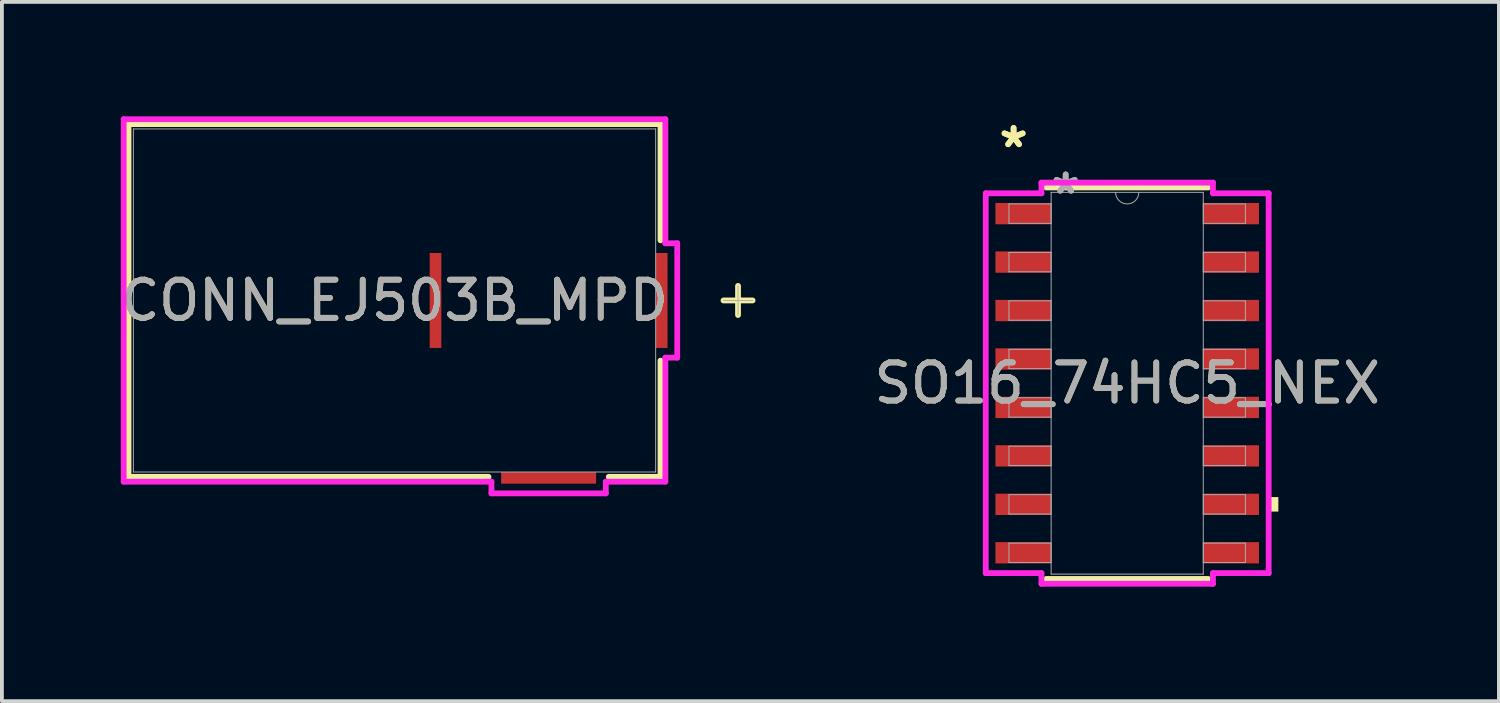
<source format=kicad_pcb>
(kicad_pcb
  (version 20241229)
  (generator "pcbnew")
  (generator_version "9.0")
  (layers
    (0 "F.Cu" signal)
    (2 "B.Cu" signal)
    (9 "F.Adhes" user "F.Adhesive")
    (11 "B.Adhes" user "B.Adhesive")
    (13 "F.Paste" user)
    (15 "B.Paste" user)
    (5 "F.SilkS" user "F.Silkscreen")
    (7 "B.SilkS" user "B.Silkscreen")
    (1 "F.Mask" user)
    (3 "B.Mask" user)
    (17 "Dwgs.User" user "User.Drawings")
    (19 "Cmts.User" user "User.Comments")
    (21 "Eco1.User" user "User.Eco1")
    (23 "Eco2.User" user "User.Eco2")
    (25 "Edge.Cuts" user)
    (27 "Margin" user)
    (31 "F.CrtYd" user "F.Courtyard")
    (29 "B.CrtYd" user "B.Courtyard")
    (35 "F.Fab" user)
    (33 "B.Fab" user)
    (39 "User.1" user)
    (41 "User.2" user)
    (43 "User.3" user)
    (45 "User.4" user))
  (footprint "SO16_74HC5_NEX"
    (layer "F.Cu")
    (at 26.497 6.995)
    (property "Reference" "SO16_74HC5_NEX" (at 0 0 0) (unlocked yes) (layer "F.SilkS") (effects (font (size 1 1) (thickness 0.15))))
    (attr smd)
    (fp_line (start -2.121 5.131) (end 2.121 5.131) (stroke (width 0.152) (type solid)) (layer "F.SilkS"))
    (fp_line (start 2.121 -5.131) (end -2.121 -5.131) (stroke (width 0.152) (type solid)) (layer "F.SilkS"))
    (fp_poly (pts (xy 3.962 2.985) (xy 3.962 3.365) (xy 3.708 3.365) (xy 3.708 2.985)) (stroke (width 0) (type solid)) (fill yes) (layer "F.SilkS"))
    (fp_line (start -3.708 -4.978) (end -2.248 -4.978) (stroke (width 0.152) (type solid)) (layer "F.CrtYd"))
    (fp_line (start -3.708 4.978) (end -3.708 -4.978) (stroke (width 0.152) (type solid)) (layer "F.CrtYd"))
    (fp_line (start -3.708 4.978) (end -2.248 4.978) (stroke (width 0.152) (type solid)) (layer "F.CrtYd"))
    (fp_line (start -2.248 -5.258) (end 2.248 -5.258) (stroke (width 0.152) (type solid)) (layer "F.CrtYd"))
    (fp_line (start -2.248 -4.978) (end -2.248 -5.258) (stroke (width 0.152) (type solid)) (layer "F.CrtYd"))
    (fp_line (start -2.248 5.258) (end -2.248 4.978) (stroke (width 0.152) (type solid)) (layer "F.CrtYd"))
    (fp_line (start 2.248 -5.258) (end 2.248 -4.978) (stroke (width 0.152) (type solid)) (layer "F.CrtYd"))
    (fp_line (start 2.248 4.978) (end 2.248 5.258) (stroke (width 0.152) (type solid)) (layer "F.CrtYd"))
    (fp_line (start 2.248 5.258) (end -2.248 5.258) (stroke (width 0.152) (type solid)) (layer "F.CrtYd"))
    (fp_line (start 3.708 -4.978) (end 2.248 -4.978) (stroke (width 0.152) (type solid)) (layer "F.CrtYd"))
    (fp_line (start 3.708 -4.978) (end 3.708 4.978) (stroke (width 0.152) (type solid)) (layer "F.CrtYd"))
    (fp_line (start 3.708 4.978) (end 2.248 4.978) (stroke (width 0.152) (type solid)) (layer "F.CrtYd"))
    (fp_line (start -3.099 -4.699) (end -3.099 -4.191) (stroke (width 0.025) (type solid)) (layer "F.Fab"))
    (fp_line (start -3.099 -4.191) (end -1.994 -4.191) (stroke (width 0.025) (type solid)) (layer "F.Fab"))
    (fp_line (start -3.099 -3.429) (end -3.099 -2.921) (stroke (width 0.025) (type solid)) (layer "F.Fab"))
    (fp_line (start -3.099 -2.921) (end -1.994 -2.921) (stroke (width 0.025) (type solid)) (layer "F.Fab"))
    (fp_line (start -3.099 -2.159) (end -3.099 -1.651) (stroke (width 0.025) (type solid)) (layer "F.Fab"))
    (fp_line (start -3.099 -1.651) (end -1.994 -1.651) (stroke (width 0.025) (type solid)) (layer "F.Fab"))
    (fp_line (start -3.099 -0.889) (end -3.099 -0.381) (stroke (width 0.025) (type solid)) (layer "F.Fab"))
    (fp_line (start -3.099 -0.381) (end -1.994 -0.381) (stroke (width 0.025) (type solid)) (layer "F.Fab"))
    (fp_line (start -3.099 0.381) (end -3.099 0.889) (stroke (width 0.025) (type solid)) (layer "F.Fab"))
    (fp_line (start -3.099 0.889) (end -1.994 0.889) (stroke (width 0.025) (type solid)) (layer "F.Fab"))
    (fp_line (start -3.099 1.651) (end -3.099 2.159) (stroke (width 0.025) (type solid)) (layer "F.Fab"))
    (fp_line (start -3.099 2.159) (end -1.994 2.159) (stroke (width 0.025) (type solid)) (layer "F.Fab"))
    (fp_line (start -3.099 2.921) (end -3.099 3.429) (stroke (width 0.025) (type solid)) (layer "F.Fab"))
    (fp_line (start -3.099 3.429) (end -1.994 3.429) (stroke (width 0.025) (type solid)) (layer "F.Fab"))
    (fp_line (start -3.099 4.191) (end -3.099 4.699) (stroke (width 0.025) (type solid)) (layer "F.Fab"))
    (fp_line (start -3.099 4.699) (end -1.994 4.699) (stroke (width 0.025) (type solid)) (layer "F.Fab"))
    (fp_line (start -1.994 -5.004) (end -1.994 5.004) (stroke (width 0.025) (type solid)) (layer "F.Fab"))
    (fp_line (start -1.994 -4.699) (end -3.099 -4.699) (stroke (width 0.025) (type solid)) (layer "F.Fab"))
    (fp_line (start -1.994 -4.191) (end -1.994 -4.699) (stroke (width 0.025) (type solid)) (layer "F.Fab"))
    (fp_line (start -1.994 -3.429) (end -3.099 -3.429) (stroke (width 0.025) (type solid)) (layer "F.Fab"))
    (fp_line (start -1.994 -2.921) (end -1.994 -3.429) (stroke (width 0.025) (type solid)) (layer "F.Fab"))
    (fp_line (start -1.994 -2.159) (end -3.099 -2.159) (stroke (width 0.025) (type solid)) (layer "F.Fab"))
    (fp_line (start -1.994 -1.651) (end -1.994 -2.159) (stroke (width 0.025) (type solid)) (layer "F.Fab"))
    (fp_line (start -1.994 -0.889) (end -3.099 -0.889) (stroke (width 0.025) (type solid)) (layer "F.Fab"))
    (fp_line (start -1.994 -0.381) (end -1.994 -0.889) (stroke (width 0.025) (type solid)) (layer "F.Fab"))
    (fp_line (start -1.994 0.381) (end -3.099 0.381) (stroke (width 0.025) (type solid)) (layer "F.Fab"))
    (fp_line (start -1.994 0.889) (end -1.994 0.381) (stroke (width 0.025) (type solid)) (layer "F.Fab"))
    (fp_line (start -1.994 1.651) (end -3.099 1.651) (stroke (width 0.025) (type solid)) (layer "F.Fab"))
    (fp_line (start -1.994 2.159) (end -1.994 1.651) (stroke (width 0.025) (type solid)) (layer "F.Fab"))
    (fp_line (start -1.994 2.921) (end -3.099 2.921) (stroke (width 0.025) (type solid)) (layer "F.Fab"))
    (fp_line (start -1.994 3.429) (end -1.994 2.921) (stroke (width 0.025) (type solid)) (layer "F.Fab"))
    (fp_line (start -1.994 4.191) (end -3.099 4.191) (stroke (width 0.025) (type solid)) (layer "F.Fab"))
    (fp_line (start -1.994 4.699) (end -1.994 4.191) (stroke (width 0.025) (type solid)) (layer "F.Fab"))
    (fp_line (start -1.994 5.004) (end 1.994 5.004) (stroke (width 0.025) (type solid)) (layer "F.Fab"))
    (fp_line (start 1.994 -5.004) (end -1.994 -5.004) (stroke (width 0.025) (type solid)) (layer "F.Fab"))
    (fp_line (start 1.994 -4.699) (end 1.994 -4.191) (stroke (width 0.025) (type solid)) (layer "F.Fab"))
    (fp_line (start 1.994 -4.191) (end 3.099 -4.191) (stroke (width 0.025) (type solid)) (layer "F.Fab"))
    (fp_line (start 1.994 -3.429) (end 1.994 -2.921) (stroke (width 0.025) (type solid)) (layer "F.Fab"))
    (fp_line (start 1.994 -2.921) (end 3.099 -2.921) (stroke (width 0.025) (type solid)) (layer "F.Fab"))
    (fp_line (start 1.994 -2.159) (end 1.994 -1.651) (stroke (width 0.025) (type solid)) (layer "F.Fab"))
    (fp_line (start 1.994 -1.651) (end 3.099 -1.651) (stroke (width 0.025) (type solid)) (layer "F.Fab"))
    (fp_line (start 1.994 -0.889) (end 1.994 -0.381) (stroke (width 0.025) (type solid)) (layer "F.Fab"))
    (fp_line (start 1.994 -0.381) (end 3.099 -0.381) (stroke (width 0.025) (type solid)) (layer "F.Fab"))
    (fp_line (start 1.994 0.381) (end 1.994 0.889) (stroke (width 0.025) (type solid)) (layer "F.Fab"))
    (fp_line (start 1.994 0.889) (end 3.099 0.889) (stroke (width 0.025) (type solid)) (layer "F.Fab"))
    (fp_line (start 1.994 1.651) (end 1.994 2.159) (stroke (width 0.025) (type solid)) (layer "F.Fab"))
    (fp_line (start 1.994 2.159) (end 3.099 2.159) (stroke (width 0.025) (type solid)) (layer "F.Fab"))
    (fp_line (start 1.994 2.921) (end 1.994 3.429) (stroke (width 0.025) (type solid)) (layer "F.Fab"))
    (fp_line (start 1.994 3.429) (end 3.099 3.429) (stroke (width 0.025) (type solid)) (layer "F.Fab"))
    (fp_line (start 1.994 4.191) (end 1.994 4.699) (stroke (width 0.025) (type solid)) (layer "F.Fab"))
    (fp_line (start 1.994 4.699) (end 3.099 4.699) (stroke (width 0.025) (type solid)) (layer "F.Fab"))
    (fp_line (start 1.994 5.004) (end 1.994 -5.004) (stroke (width 0.025) (type solid)) (layer "F.Fab"))
    (fp_line (start 3.099 -4.699) (end 1.994 -4.699) (stroke (width 0.025) (type solid)) (layer "F.Fab"))
    (fp_line (start 3.099 -4.191) (end 3.099 -4.699) (stroke (width 0.025) (type solid)) (layer "F.Fab"))
    (fp_line (start 3.099 -3.429) (end 1.994 -3.429) (stroke (width 0.025) (type solid)) (layer "F.Fab"))
    (fp_line (start 3.099 -2.921) (end 3.099 -3.429) (stroke (width 0.025) (type solid)) (layer "F.Fab"))
    (fp_line (start 3.099 -2.159) (end 1.994 -2.159) (stroke (width 0.025) (type solid)) (layer "F.Fab"))
    (fp_line (start 3.099 -1.651) (end 3.099 -2.159) (stroke (width 0.025) (type solid)) (layer "F.Fab"))
    (fp_line (start 3.099 -0.889) (end 1.994 -0.889) (stroke (width 0.025) (type solid)) (layer "F.Fab"))
    (fp_line (start 3.099 -0.381) (end 3.099 -0.889) (stroke (width 0.025) (type solid)) (layer "F.Fab"))
    (fp_line (start 3.099 0.381) (end 1.994 0.381) (stroke (width 0.025) (type solid)) (layer "F.Fab"))
    (fp_line (start 3.099 0.889) (end 3.099 0.381) (stroke (width 0.025) (type solid)) (layer "F.Fab"))
    (fp_line (start 3.099 1.651) (end 1.994 1.651) (stroke (width 0.025) (type solid)) (layer "F.Fab"))
    (fp_line (start 3.099 2.159) (end 3.099 1.651) (stroke (width 0.025) (type solid)) (layer "F.Fab"))
    (fp_line (start 3.099 2.921) (end 1.994 2.921) (stroke (width 0.025) (type solid)) (layer "F.Fab"))
    (fp_line (start 3.099 3.429) (end 3.099 2.921) (stroke (width 0.025) (type solid)) (layer "F.Fab"))
    (fp_line (start 3.099 4.191) (end 1.994 4.191) (stroke (width 0.025) (type solid)) (layer "F.Fab"))
    (fp_line (start 3.099 4.699) (end 3.099 4.191) (stroke (width 0.025) (type solid)) (layer "F.Fab"))
    (fp_arc (start 0.3048 -5.0038) (mid 0 -4.699) (end -0.3048 -5.0038) (stroke (width 0.0254) (type solid)) (layer "F.Fab"))
    (fp_text user "*" (at -2.978 -6.147 0) (layer "F.SilkS") (effects (font (size 1 1) (thickness 0.15))))
    (fp_text user "*" (at -2.978 -6.147 0) (unlocked yes) (layer "F.SilkS") (effects (font (size 1 1) (thickness 0.15))))
    (fp_text user "*" (at -1.613 -4.928 0) (layer "F.Fab") (effects (font (size 1 1) (thickness 0.15))))
    (fp_text user "*" (at -1.613 -4.928 0) (unlocked yes) (layer "F.Fab") (effects (font (size 1 1) (thickness 0.15))))
    (fp_text user "${REFERENCE}" (at 0 0 0) (unlocked yes) (layer "F.Fab") (effects (font (size 1 1) (thickness 0.15))))
    (pad "1" smd rect (at -2.724 -4.445) (size 1.46 0.559) (layers "F.Cu" "F.Mask" "F.Paste"))
    (pad "2" smd rect (at -2.724 -3.175) (size 1.46 0.559) (layers "F.Cu" "F.Mask" "F.Paste"))
    (pad "3" smd rect (at -2.724 -1.905) (size 1.46 0.559) (layers "F.Cu" "F.Mask" "F.Paste"))
    (pad "4" smd rect (at -2.724 -0.635) (size 1.46 0.559) (layers "F.Cu" "F.Mask" "F.Paste"))
    (pad "5" smd rect (at -2.724 0.635) (size 1.46 0.559) (layers "F.Cu" "F.Mask" "F.Paste"))
    (pad "6" smd rect (at -2.724 1.905) (size 1.46 0.559) (layers "F.Cu" "F.Mask" "F.Paste"))
    (pad "7" smd rect (at -2.724 3.175) (size 1.46 0.559) (layers "F.Cu" "F.Mask" "F.Paste"))
    (pad "8" smd rect (at -2.724 4.445) (size 1.46 0.559) (layers "F.Cu" "F.Mask" "F.Paste"))
    (pad "9" smd rect (at 2.724 4.445) (size 1.46 0.559) (layers "F.Cu" "F.Mask" "F.Paste"))
    (pad "10" smd rect (at 2.724 3.175) (size 1.46 0.559) (layers "F.Cu" "F.Mask" "F.Paste"))
    (pad "11" smd rect (at 2.724 1.905) (size 1.46 0.559) (layers "F.Cu" "F.Mask" "F.Paste"))
    (pad "12" smd rect (at 2.724 0.635) (size 1.46 0.559) (layers "F.Cu" "F.Mask" "F.Paste"))
    (pad "13" smd rect (at 2.724 -0.635) (size 1.46 0.559) (layers "F.Cu" "F.Mask" "F.Paste"))
    (pad "14" smd rect (at 2.724 -1.905) (size 1.46 0.559) (layers "F.Cu" "F.Mask" "F.Paste"))
    (pad "15" smd rect (at 2.724 -3.175) (size 1.46 0.559) (layers "F.Cu" "F.Mask" "F.Paste"))
    (pad "16" smd rect (at 2.724 -4.445) (size 1.46 0.559) (layers "F.Cu" "F.Mask" "F.Paste")))
  (footprint "CONN_EJ503B_MPD"
    (layer "F.Cu")
    (at 14.296 4.826)
    (property "Reference" "CONN_EJ503B_MPD" (at -7.005 0 0) (unlocked yes) (layer "F.SilkS") (effects (font (size 1 1) (thickness 0.15))))
    (attr smd)
    (fp_line (start -13.977 -4.623) (end -13.977 4.623) (stroke (width 0.152) (type solid)) (layer "F.SilkS"))
    (fp_line (start -13.977 4.623) (end -4.542 4.623) (stroke (width 0.152) (type solid)) (layer "F.SilkS"))
    (fp_line (start -1.388 4.623) (end -0.032 4.623) (stroke (width 0.152) (type solid)) (layer "F.SilkS"))
    (fp_line (start -0.032 -4.623) (end -13.977 -4.623) (stroke (width 0.152) (type solid)) (layer "F.SilkS"))
    (fp_line (start -0.032 -1.577) (end -0.032 -4.623) (stroke (width 0.152) (type solid)) (layer "F.SilkS"))
    (fp_line (start -0.032 4.623) (end -0.032 1.577) (stroke (width 0.152) (type solid)) (layer "F.SilkS"))
    (fp_line (start 2 -0.381) (end 2 0.381) (stroke (width 0.152) (type solid)) (layer "F.SilkS"))
    (fp_line (start 2.381 0) (end 1.619 0) (stroke (width 0.152) (type solid)) (layer "F.SilkS"))
    (fp_line (start -14.104 -4.75) (end -14.104 4.75) (stroke (width 0.152) (type solid)) (layer "F.CrtYd"))
    (fp_line (start -14.104 4.75) (end -4.464 4.75) (stroke (width 0.152) (type solid)) (layer "F.CrtYd"))
    (fp_line (start -4.464 4.75) (end -4.464 5.056) (stroke (width 0.152) (type solid)) (layer "F.CrtYd"))
    (fp_line (start -4.464 5.056) (end -1.466 5.056) (stroke (width 0.152) (type solid)) (layer "F.CrtYd"))
    (fp_line (start -1.466 4.75) (end 0.095 4.75) (stroke (width 0.152) (type solid)) (layer "F.CrtYd"))
    (fp_line (start -1.466 5.056) (end -1.466 4.75) (stroke (width 0.152) (type solid)) (layer "F.CrtYd"))
    (fp_line (start 0.095 -4.75) (end -14.104 -4.75) (stroke (width 0.152) (type solid)) (layer "F.CrtYd"))
    (fp_line (start 0.095 -1.499) (end 0.095 -4.75) (stroke (width 0.152) (type solid)) (layer "F.CrtYd"))
    (fp_line (start 0.095 1.499) (end 0.406 1.499) (stroke (width 0.152) (type solid)) (layer "F.CrtYd"))
    (fp_line (start 0.095 4.75) (end 0.095 1.499) (stroke (width 0.152) (type solid)) (layer "F.CrtYd"))
    (fp_line (start 0.406 -1.499) (end 0.095 -1.499) (stroke (width 0.152) (type solid)) (layer "F.CrtYd"))
    (fp_line (start 0.406 1.499) (end 0.406 -1.499) (stroke (width 0.152) (type solid)) (layer "F.CrtYd"))
    (fp_line (start -13.85 -4.496) (end -13.85 4.496) (stroke (width 0.025) (type solid)) (layer "F.Fab"))
    (fp_line (start -13.85 4.496) (end -0.159 4.496) (stroke (width 0.025) (type solid)) (layer "F.Fab"))
    (fp_line (start -0.159 -4.496) (end -13.85 -4.496) (stroke (width 0.025) (type solid)) (layer "F.Fab"))
    (fp_line (start -0.159 4.496) (end -0.159 -4.496) (stroke (width 0.025) (type solid)) (layer "F.Fab"))
    (fp_line (start 2 -0.381) (end 2 0.381) (stroke (width 0.025) (type solid)) (layer "F.Fab"))
    (fp_line (start 2.381 0) (end 1.619 0) (stroke (width 0.025) (type solid)) (layer "F.Fab"))
    (fp_text user "${REFERENCE}" (at -7.005 0 0) (unlocked yes) (layer "F.Fab") (effects (font (size 1 1) (thickness 0.15))))
    (pad "1" smd rect (at 0 0) (size 0.305 2.489) (layers "F.Cu" "F.Mask" "F.Paste"))
    (pad "2" smd rect (at -5.93 0 90) (size 2.489 0.305) (layers "F.Cu" "F.Mask" "F.Paste"))
    (pad "3" smd rect (at -2.965 4.65) (size 2.489 0.305) (layers "F.Cu" "F.Mask" "F.Paste")))
  (gr_rect
    (start -3 -3)
    (end 36.241 15.329)
    (stroke (width 0.1) (type default))
    (fill no)
    (layer "Edge.Cuts")))
</source>
